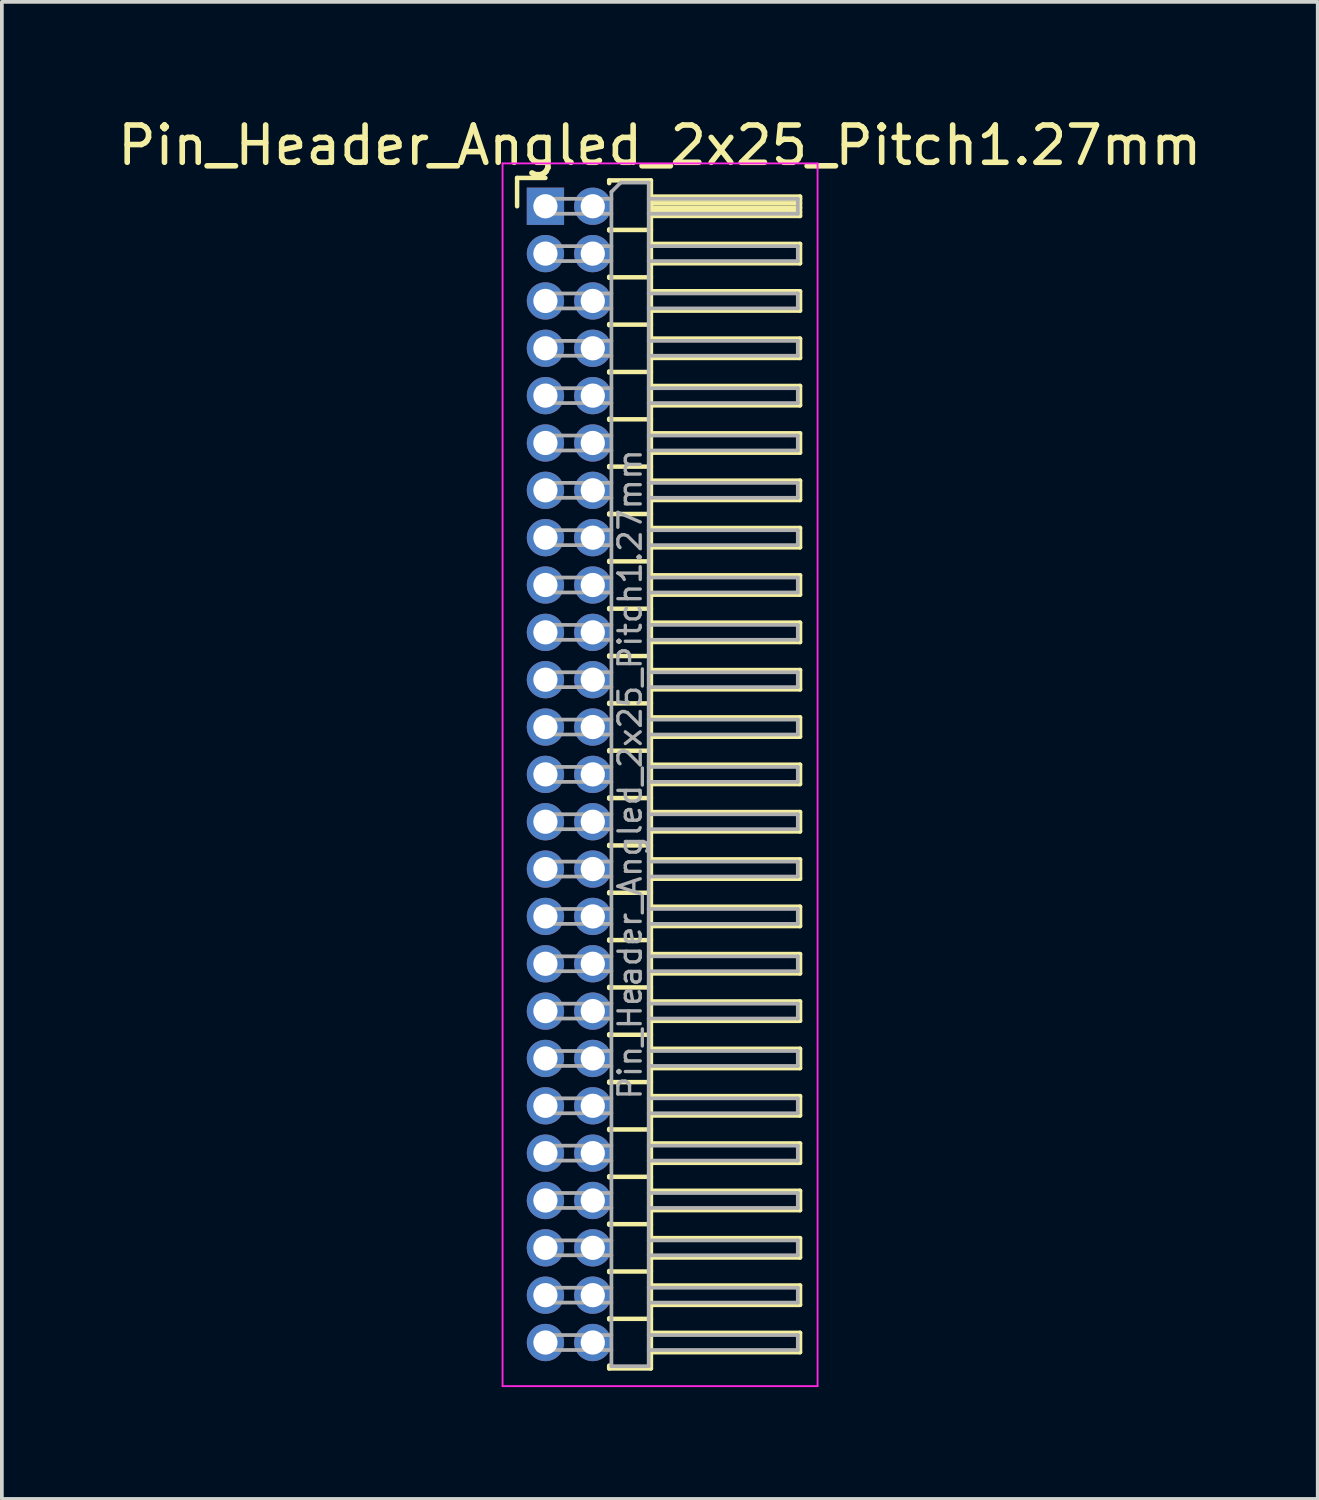
<source format=kicad_pcb>
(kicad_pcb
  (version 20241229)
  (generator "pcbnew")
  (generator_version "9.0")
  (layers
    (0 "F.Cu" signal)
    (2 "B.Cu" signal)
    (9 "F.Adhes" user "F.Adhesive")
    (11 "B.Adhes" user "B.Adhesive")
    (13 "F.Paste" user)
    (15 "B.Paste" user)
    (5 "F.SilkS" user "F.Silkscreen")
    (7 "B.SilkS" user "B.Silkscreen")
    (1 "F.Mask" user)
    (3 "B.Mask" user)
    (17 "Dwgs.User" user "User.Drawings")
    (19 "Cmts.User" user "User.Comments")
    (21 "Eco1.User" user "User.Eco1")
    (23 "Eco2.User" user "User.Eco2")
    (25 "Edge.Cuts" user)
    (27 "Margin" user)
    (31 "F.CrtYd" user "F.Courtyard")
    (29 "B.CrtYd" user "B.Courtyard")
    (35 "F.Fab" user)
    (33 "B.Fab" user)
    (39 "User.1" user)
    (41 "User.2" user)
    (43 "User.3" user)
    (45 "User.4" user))
  (footprint "Pin_Header_Angled_2x25_Pitch1.27mm"
    (layer "F.Cu")
    (at 11.581 2.483)
    (property "Reference" "Pin_Header_Angled_2x25_Pitch1.27mm" (at 3.067 -1.635 0) (layer "F.SilkS") (effects (font (size 1 1) (thickness 0.15))))
    (attr through_hole)
    (fp_line (start -0.76 -0.76) (end 0 -0.76) (stroke (width 0.12) (type solid)) (layer "F.SilkS"))
    (fp_line (start -0.76 0) (end -0.76 -0.76) (stroke (width 0.12) (type solid)) (layer "F.SilkS"))
    (fp_line (start 1.71 -0.695) (end 2.83 -0.695) (stroke (width 0.12) (type solid)) (layer "F.SilkS"))
    (fp_line (start 1.71 -0.62) (end 1.71 -0.695) (stroke (width 0.12) (type solid)) (layer "F.SilkS"))
    (fp_line (start 1.71 0.62) (end 1.71 0.65) (stroke (width 0.12) (type solid)) (layer "F.SilkS"))
    (fp_line (start 1.71 0.635) (end 2.83 0.635) (stroke (width 0.12) (type solid)) (layer "F.SilkS"))
    (fp_line (start 1.71 1.89) (end 1.71 1.92) (stroke (width 0.12) (type solid)) (layer "F.SilkS"))
    (fp_line (start 1.71 1.905) (end 2.83 1.905) (stroke (width 0.12) (type solid)) (layer "F.SilkS"))
    (fp_line (start 1.71 3.16) (end 1.71 3.19) (stroke (width 0.12) (type solid)) (layer "F.SilkS"))
    (fp_line (start 1.71 3.175) (end 2.83 3.175) (stroke (width 0.12) (type solid)) (layer "F.SilkS"))
    (fp_line (start 1.71 4.43) (end 1.71 4.46) (stroke (width 0.12) (type solid)) (layer "F.SilkS"))
    (fp_line (start 1.71 4.445) (end 2.83 4.445) (stroke (width 0.12) (type solid)) (layer "F.SilkS"))
    (fp_line (start 1.71 5.7) (end 1.71 5.73) (stroke (width 0.12) (type solid)) (layer "F.SilkS"))
    (fp_line (start 1.71 5.715) (end 2.83 5.715) (stroke (width 0.12) (type solid)) (layer "F.SilkS"))
    (fp_line (start 1.71 6.97) (end 1.71 7) (stroke (width 0.12) (type solid)) (layer "F.SilkS"))
    (fp_line (start 1.71 6.985) (end 2.83 6.985) (stroke (width 0.12) (type solid)) (layer "F.SilkS"))
    (fp_line (start 1.71 8.24) (end 1.71 8.27) (stroke (width 0.12) (type solid)) (layer "F.SilkS"))
    (fp_line (start 1.71 8.255) (end 2.83 8.255) (stroke (width 0.12) (type solid)) (layer "F.SilkS"))
    (fp_line (start 1.71 9.51) (end 1.71 9.54) (stroke (width 0.12) (type solid)) (layer "F.SilkS"))
    (fp_line (start 1.71 9.525) (end 2.83 9.525) (stroke (width 0.12) (type solid)) (layer "F.SilkS"))
    (fp_line (start 1.71 10.78) (end 1.71 10.81) (stroke (width 0.12) (type solid)) (layer "F.SilkS"))
    (fp_line (start 1.71 10.795) (end 2.83 10.795) (stroke (width 0.12) (type solid)) (layer "F.SilkS"))
    (fp_line (start 1.71 12.05) (end 1.71 12.08) (stroke (width 0.12) (type solid)) (layer "F.SilkS"))
    (fp_line (start 1.71 12.065) (end 2.83 12.065) (stroke (width 0.12) (type solid)) (layer "F.SilkS"))
    (fp_line (start 1.71 13.32) (end 1.71 13.35) (stroke (width 0.12) (type solid)) (layer "F.SilkS"))
    (fp_line (start 1.71 13.335) (end 2.83 13.335) (stroke (width 0.12) (type solid)) (layer "F.SilkS"))
    (fp_line (start 1.71 14.59) (end 1.71 14.62) (stroke (width 0.12) (type solid)) (layer "F.SilkS"))
    (fp_line (start 1.71 14.605) (end 2.83 14.605) (stroke (width 0.12) (type solid)) (layer "F.SilkS"))
    (fp_line (start 1.71 15.86) (end 1.71 15.89) (stroke (width 0.12) (type solid)) (layer "F.SilkS"))
    (fp_line (start 1.71 15.875) (end 2.83 15.875) (stroke (width 0.12) (type solid)) (layer "F.SilkS"))
    (fp_line (start 1.71 17.13) (end 1.71 17.16) (stroke (width 0.12) (type solid)) (layer "F.SilkS"))
    (fp_line (start 1.71 17.145) (end 2.83 17.145) (stroke (width 0.12) (type solid)) (layer "F.SilkS"))
    (fp_line (start 1.71 18.4) (end 1.71 18.43) (stroke (width 0.12) (type solid)) (layer "F.SilkS"))
    (fp_line (start 1.71 18.415) (end 2.83 18.415) (stroke (width 0.12) (type solid)) (layer "F.SilkS"))
    (fp_line (start 1.71 19.67) (end 1.71 19.7) (stroke (width 0.12) (type solid)) (layer "F.SilkS"))
    (fp_line (start 1.71 19.685) (end 2.83 19.685) (stroke (width 0.12) (type solid)) (layer "F.SilkS"))
    (fp_line (start 1.71 20.94) (end 1.71 20.97) (stroke (width 0.12) (type solid)) (layer "F.SilkS"))
    (fp_line (start 1.71 20.955) (end 2.83 20.955) (stroke (width 0.12) (type solid)) (layer "F.SilkS"))
    (fp_line (start 1.71 22.21) (end 1.71 22.24) (stroke (width 0.12) (type solid)) (layer "F.SilkS"))
    (fp_line (start 1.71 22.225) (end 2.83 22.225) (stroke (width 0.12) (type solid)) (layer "F.SilkS"))
    (fp_line (start 1.71 23.48) (end 1.71 23.51) (stroke (width 0.12) (type solid)) (layer "F.SilkS"))
    (fp_line (start 1.71 23.495) (end 2.83 23.495) (stroke (width 0.12) (type solid)) (layer "F.SilkS"))
    (fp_line (start 1.71 24.75) (end 1.71 24.78) (stroke (width 0.12) (type solid)) (layer "F.SilkS"))
    (fp_line (start 1.71 24.765) (end 2.83 24.765) (stroke (width 0.12) (type solid)) (layer "F.SilkS"))
    (fp_line (start 1.71 26.02) (end 1.71 26.05) (stroke (width 0.12) (type solid)) (layer "F.SilkS"))
    (fp_line (start 1.71 26.035) (end 2.83 26.035) (stroke (width 0.12) (type solid)) (layer "F.SilkS"))
    (fp_line (start 1.71 27.29) (end 1.71 27.32) (stroke (width 0.12) (type solid)) (layer "F.SilkS"))
    (fp_line (start 1.71 27.305) (end 2.83 27.305) (stroke (width 0.12) (type solid)) (layer "F.SilkS"))
    (fp_line (start 1.71 28.56) (end 1.71 28.59) (stroke (width 0.12) (type solid)) (layer "F.SilkS"))
    (fp_line (start 1.71 28.575) (end 2.83 28.575) (stroke (width 0.12) (type solid)) (layer "F.SilkS"))
    (fp_line (start 1.71 29.83) (end 1.71 29.86) (stroke (width 0.12) (type solid)) (layer "F.SilkS"))
    (fp_line (start 1.71 29.845) (end 2.83 29.845) (stroke (width 0.12) (type solid)) (layer "F.SilkS"))
    (fp_line (start 1.71 31.175) (end 1.71 31.1) (stroke (width 0.12) (type solid)) (layer "F.SilkS"))
    (fp_line (start 2.83 -0.695) (end 2.83 31.175) (stroke (width 0.12) (type solid)) (layer "F.SilkS"))
    (fp_line (start 2.83 -0.26) (end 6.83 -0.26) (stroke (width 0.12) (type solid)) (layer "F.SilkS"))
    (fp_line (start 2.83 -0.2) (end 6.83 -0.2) (stroke (width 0.12) (type solid)) (layer "F.SilkS"))
    (fp_line (start 2.83 -0.08) (end 6.83 -0.08) (stroke (width 0.12) (type solid)) (layer "F.SilkS"))
    (fp_line (start 2.83 0.04) (end 6.83 0.04) (stroke (width 0.12) (type solid)) (layer "F.SilkS"))
    (fp_line (start 2.83 0.16) (end 6.83 0.16) (stroke (width 0.12) (type solid)) (layer "F.SilkS"))
    (fp_line (start 2.83 1.01) (end 6.83 1.01) (stroke (width 0.12) (type solid)) (layer "F.SilkS"))
    (fp_line (start 2.83 2.28) (end 6.83 2.28) (stroke (width 0.12) (type solid)) (layer "F.SilkS"))
    (fp_line (start 2.83 3.55) (end 6.83 3.55) (stroke (width 0.12) (type solid)) (layer "F.SilkS"))
    (fp_line (start 2.83 4.82) (end 6.83 4.82) (stroke (width 0.12) (type solid)) (layer "F.SilkS"))
    (fp_line (start 2.83 6.09) (end 6.83 6.09) (stroke (width 0.12) (type solid)) (layer "F.SilkS"))
    (fp_line (start 2.83 7.36) (end 6.83 7.36) (stroke (width 0.12) (type solid)) (layer "F.SilkS"))
    (fp_line (start 2.83 8.63) (end 6.83 8.63) (stroke (width 0.12) (type solid)) (layer "F.SilkS"))
    (fp_line (start 2.83 9.9) (end 6.83 9.9) (stroke (width 0.12) (type solid)) (layer "F.SilkS"))
    (fp_line (start 2.83 11.17) (end 6.83 11.17) (stroke (width 0.12) (type solid)) (layer "F.SilkS"))
    (fp_line (start 2.83 12.44) (end 6.83 12.44) (stroke (width 0.12) (type solid)) (layer "F.SilkS"))
    (fp_line (start 2.83 13.71) (end 6.83 13.71) (stroke (width 0.12) (type solid)) (layer "F.SilkS"))
    (fp_line (start 2.83 14.98) (end 6.83 14.98) (stroke (width 0.12) (type solid)) (layer "F.SilkS"))
    (fp_line (start 2.83 16.25) (end 6.83 16.25) (stroke (width 0.12) (type solid)) (layer "F.SilkS"))
    (fp_line (start 2.83 17.52) (end 6.83 17.52) (stroke (width 0.12) (type solid)) (layer "F.SilkS"))
    (fp_line (start 2.83 18.79) (end 6.83 18.79) (stroke (width 0.12) (type solid)) (layer "F.SilkS"))
    (fp_line (start 2.83 20.06) (end 6.83 20.06) (stroke (width 0.12) (type solid)) (layer "F.SilkS"))
    (fp_line (start 2.83 21.33) (end 6.83 21.33) (stroke (width 0.12) (type solid)) (layer "F.SilkS"))
    (fp_line (start 2.83 22.6) (end 6.83 22.6) (stroke (width 0.12) (type solid)) (layer "F.SilkS"))
    (fp_line (start 2.83 23.87) (end 6.83 23.87) (stroke (width 0.12) (type solid)) (layer "F.SilkS"))
    (fp_line (start 2.83 25.14) (end 6.83 25.14) (stroke (width 0.12) (type solid)) (layer "F.SilkS"))
    (fp_line (start 2.83 26.41) (end 6.83 26.41) (stroke (width 0.12) (type solid)) (layer "F.SilkS"))
    (fp_line (start 2.83 27.68) (end 6.83 27.68) (stroke (width 0.12) (type solid)) (layer "F.SilkS"))
    (fp_line (start 2.83 28.95) (end 6.83 28.95) (stroke (width 0.12) (type solid)) (layer "F.SilkS"))
    (fp_line (start 2.83 30.22) (end 6.83 30.22) (stroke (width 0.12) (type solid)) (layer "F.SilkS"))
    (fp_line (start 2.83 31.175) (end 1.71 31.175) (stroke (width 0.12) (type solid)) (layer "F.SilkS"))
    (fp_line (start 6.83 -0.26) (end 6.83 0.26) (stroke (width 0.12) (type solid)) (layer "F.SilkS"))
    (fp_line (start 6.83 0.26) (end 2.83 0.26) (stroke (width 0.12) (type solid)) (layer "F.SilkS"))
    (fp_line (start 6.83 1.01) (end 6.83 1.53) (stroke (width 0.12) (type solid)) (layer "F.SilkS"))
    (fp_line (start 6.83 1.53) (end 2.83 1.53) (stroke (width 0.12) (type solid)) (layer "F.SilkS"))
    (fp_line (start 6.83 2.28) (end 6.83 2.8) (stroke (width 0.12) (type solid)) (layer "F.SilkS"))
    (fp_line (start 6.83 2.8) (end 2.83 2.8) (stroke (width 0.12) (type solid)) (layer "F.SilkS"))
    (fp_line (start 6.83 3.55) (end 6.83 4.07) (stroke (width 0.12) (type solid)) (layer "F.SilkS"))
    (fp_line (start 6.83 4.07) (end 2.83 4.07) (stroke (width 0.12) (type solid)) (layer "F.SilkS"))
    (fp_line (start 6.83 4.82) (end 6.83 5.34) (stroke (width 0.12) (type solid)) (layer "F.SilkS"))
    (fp_line (start 6.83 5.34) (end 2.83 5.34) (stroke (width 0.12) (type solid)) (layer "F.SilkS"))
    (fp_line (start 6.83 6.09) (end 6.83 6.61) (stroke (width 0.12) (type solid)) (layer "F.SilkS"))
    (fp_line (start 6.83 6.61) (end 2.83 6.61) (stroke (width 0.12) (type solid)) (layer "F.SilkS"))
    (fp_line (start 6.83 7.36) (end 6.83 7.88) (stroke (width 0.12) (type solid)) (layer "F.SilkS"))
    (fp_line (start 6.83 7.88) (end 2.83 7.88) (stroke (width 0.12) (type solid)) (layer "F.SilkS"))
    (fp_line (start 6.83 8.63) (end 6.83 9.15) (stroke (width 0.12) (type solid)) (layer "F.SilkS"))
    (fp_line (start 6.83 9.15) (end 2.83 9.15) (stroke (width 0.12) (type solid)) (layer "F.SilkS"))
    (fp_line (start 6.83 9.9) (end 6.83 10.42) (stroke (width 0.12) (type solid)) (layer "F.SilkS"))
    (fp_line (start 6.83 10.42) (end 2.83 10.42) (stroke (width 0.12) (type solid)) (layer "F.SilkS"))
    (fp_line (start 6.83 11.17) (end 6.83 11.69) (stroke (width 0.12) (type solid)) (layer "F.SilkS"))
    (fp_line (start 6.83 11.69) (end 2.83 11.69) (stroke (width 0.12) (type solid)) (layer "F.SilkS"))
    (fp_line (start 6.83 12.44) (end 6.83 12.96) (stroke (width 0.12) (type solid)) (layer "F.SilkS"))
    (fp_line (start 6.83 12.96) (end 2.83 12.96) (stroke (width 0.12) (type solid)) (layer "F.SilkS"))
    (fp_line (start 6.83 13.71) (end 6.83 14.23) (stroke (width 0.12) (type solid)) (layer "F.SilkS"))
    (fp_line (start 6.83 14.23) (end 2.83 14.23) (stroke (width 0.12) (type solid)) (layer "F.SilkS"))
    (fp_line (start 6.83 14.98) (end 6.83 15.5) (stroke (width 0.12) (type solid)) (layer "F.SilkS"))
    (fp_line (start 6.83 15.5) (end 2.83 15.5) (stroke (width 0.12) (type solid)) (layer "F.SilkS"))
    (fp_line (start 6.83 16.25) (end 6.83 16.77) (stroke (width 0.12) (type solid)) (layer "F.SilkS"))
    (fp_line (start 6.83 16.77) (end 2.83 16.77) (stroke (width 0.12) (type solid)) (layer "F.SilkS"))
    (fp_line (start 6.83 17.52) (end 6.83 18.04) (stroke (width 0.12) (type solid)) (layer "F.SilkS"))
    (fp_line (start 6.83 18.04) (end 2.83 18.04) (stroke (width 0.12) (type solid)) (layer "F.SilkS"))
    (fp_line (start 6.83 18.79) (end 6.83 19.31) (stroke (width 0.12) (type solid)) (layer "F.SilkS"))
    (fp_line (start 6.83 19.31) (end 2.83 19.31) (stroke (width 0.12) (type solid)) (layer "F.SilkS"))
    (fp_line (start 6.83 20.06) (end 6.83 20.58) (stroke (width 0.12) (type solid)) (layer "F.SilkS"))
    (fp_line (start 6.83 20.58) (end 2.83 20.58) (stroke (width 0.12) (type solid)) (layer "F.SilkS"))
    (fp_line (start 6.83 21.33) (end 6.83 21.85) (stroke (width 0.12) (type solid)) (layer "F.SilkS"))
    (fp_line (start 6.83 21.85) (end 2.83 21.85) (stroke (width 0.12) (type solid)) (layer "F.SilkS"))
    (fp_line (start 6.83 22.6) (end 6.83 23.12) (stroke (width 0.12) (type solid)) (layer "F.SilkS"))
    (fp_line (start 6.83 23.12) (end 2.83 23.12) (stroke (width 0.12) (type solid)) (layer "F.SilkS"))
    (fp_line (start 6.83 23.87) (end 6.83 24.39) (stroke (width 0.12) (type solid)) (layer "F.SilkS"))
    (fp_line (start 6.83 24.39) (end 2.83 24.39) (stroke (width 0.12) (type solid)) (layer "F.SilkS"))
    (fp_line (start 6.83 25.14) (end 6.83 25.66) (stroke (width 0.12) (type solid)) (layer "F.SilkS"))
    (fp_line (start 6.83 25.66) (end 2.83 25.66) (stroke (width 0.12) (type solid)) (layer "F.SilkS"))
    (fp_line (start 6.83 26.41) (end 6.83 26.93) (stroke (width 0.12) (type solid)) (layer "F.SilkS"))
    (fp_line (start 6.83 26.93) (end 2.83 26.93) (stroke (width 0.12) (type solid)) (layer "F.SilkS"))
    (fp_line (start 6.83 27.68) (end 6.83 28.2) (stroke (width 0.12) (type solid)) (layer "F.SilkS"))
    (fp_line (start 6.83 28.2) (end 2.83 28.2) (stroke (width 0.12) (type solid)) (layer "F.SilkS"))
    (fp_line (start 6.83 28.95) (end 6.83 29.47) (stroke (width 0.12) (type solid)) (layer "F.SilkS"))
    (fp_line (start 6.83 29.47) (end 2.83 29.47) (stroke (width 0.12) (type solid)) (layer "F.SilkS"))
    (fp_line (start 6.83 30.22) (end 6.83 30.74) (stroke (width 0.12) (type solid)) (layer "F.SilkS"))
    (fp_line (start 6.83 30.74) (end 2.83 30.74) (stroke (width 0.12) (type solid)) (layer "F.SilkS"))
    (fp_line (start -1.15 -1.15) (end -1.15 31.65) (stroke (width 0.05) (type solid)) (layer "F.CrtYd"))
    (fp_line (start -1.15 31.65) (end 7.3 31.65) (stroke (width 0.05) (type solid)) (layer "F.CrtYd"))
    (fp_line (start 7.3 -1.15) (end -1.15 -1.15) (stroke (width 0.05) (type solid)) (layer "F.CrtYd"))
    (fp_line (start 7.3 31.65) (end 7.3 -1.15) (stroke (width 0.05) (type solid)) (layer "F.CrtYd"))
    (fp_line (start -0.2 -0.2) (end -0.2 0.2) (stroke (width 0.1) (type solid)) (layer "F.Fab"))
    (fp_line (start -0.2 -0.2) (end 1.77 -0.2) (stroke (width 0.1) (type solid)) (layer "F.Fab"))
    (fp_line (start -0.2 0.2) (end 1.77 0.2) (stroke (width 0.1) (type solid)) (layer "F.Fab"))
    (fp_line (start -0.2 1.07) (end -0.2 1.47) (stroke (width 0.1) (type solid)) (layer "F.Fab"))
    (fp_line (start -0.2 1.07) (end 1.77 1.07) (stroke (width 0.1) (type solid)) (layer "F.Fab"))
    (fp_line (start -0.2 1.47) (end 1.77 1.47) (stroke (width 0.1) (type solid)) (layer "F.Fab"))
    (fp_line (start -0.2 2.34) (end -0.2 2.74) (stroke (width 0.1) (type solid)) (layer "F.Fab"))
    (fp_line (start -0.2 2.34) (end 1.77 2.34) (stroke (width 0.1) (type solid)) (layer "F.Fab"))
    (fp_line (start -0.2 2.74) (end 1.77 2.74) (stroke (width 0.1) (type solid)) (layer "F.Fab"))
    (fp_line (start -0.2 3.61) (end -0.2 4.01) (stroke (width 0.1) (type solid)) (layer "F.Fab"))
    (fp_line (start -0.2 3.61) (end 1.77 3.61) (stroke (width 0.1) (type solid)) (layer "F.Fab"))
    (fp_line (start -0.2 4.01) (end 1.77 4.01) (stroke (width 0.1) (type solid)) (layer "F.Fab"))
    (fp_line (start -0.2 4.88) (end -0.2 5.28) (stroke (width 0.1) (type solid)) (layer "F.Fab"))
    (fp_line (start -0.2 4.88) (end 1.77 4.88) (stroke (width 0.1) (type solid)) (layer "F.Fab"))
    (fp_line (start -0.2 5.28) (end 1.77 5.28) (stroke (width 0.1) (type solid)) (layer "F.Fab"))
    (fp_line (start -0.2 6.15) (end -0.2 6.55) (stroke (width 0.1) (type solid)) (layer "F.Fab"))
    (fp_line (start -0.2 6.15) (end 1.77 6.15) (stroke (width 0.1) (type solid)) (layer "F.Fab"))
    (fp_line (start -0.2 6.55) (end 1.77 6.55) (stroke (width 0.1) (type solid)) (layer "F.Fab"))
    (fp_line (start -0.2 7.42) (end -0.2 7.82) (stroke (width 0.1) (type solid)) (layer "F.Fab"))
    (fp_line (start -0.2 7.42) (end 1.77 7.42) (stroke (width 0.1) (type solid)) (layer "F.Fab"))
    (fp_line (start -0.2 7.82) (end 1.77 7.82) (stroke (width 0.1) (type solid)) (layer "F.Fab"))
    (fp_line (start -0.2 8.69) (end -0.2 9.09) (stroke (width 0.1) (type solid)) (layer "F.Fab"))
    (fp_line (start -0.2 8.69) (end 1.77 8.69) (stroke (width 0.1) (type solid)) (layer "F.Fab"))
    (fp_line (start -0.2 9.09) (end 1.77 9.09) (stroke (width 0.1) (type solid)) (layer "F.Fab"))
    (fp_line (start -0.2 9.96) (end -0.2 10.36) (stroke (width 0.1) (type solid)) (layer "F.Fab"))
    (fp_line (start -0.2 9.96) (end 1.77 9.96) (stroke (width 0.1) (type solid)) (layer "F.Fab"))
    (fp_line (start -0.2 10.36) (end 1.77 10.36) (stroke (width 0.1) (type solid)) (layer "F.Fab"))
    (fp_line (start -0.2 11.23) (end -0.2 11.63) (stroke (width 0.1) (type solid)) (layer "F.Fab"))
    (fp_line (start -0.2 11.23) (end 1.77 11.23) (stroke (width 0.1) (type solid)) (layer "F.Fab"))
    (fp_line (start -0.2 11.63) (end 1.77 11.63) (stroke (width 0.1) (type solid)) (layer "F.Fab"))
    (fp_line (start -0.2 12.5) (end -0.2 12.9) (stroke (width 0.1) (type solid)) (layer "F.Fab"))
    (fp_line (start -0.2 12.5) (end 1.77 12.5) (stroke (width 0.1) (type solid)) (layer "F.Fab"))
    (fp_line (start -0.2 12.9) (end 1.77 12.9) (stroke (width 0.1) (type solid)) (layer "F.Fab"))
    (fp_line (start -0.2 13.77) (end -0.2 14.17) (stroke (width 0.1) (type solid)) (layer "F.Fab"))
    (fp_line (start -0.2 13.77) (end 1.77 13.77) (stroke (width 0.1) (type solid)) (layer "F.Fab"))
    (fp_line (start -0.2 14.17) (end 1.77 14.17) (stroke (width 0.1) (type solid)) (layer "F.Fab"))
    (fp_line (start -0.2 15.04) (end -0.2 15.44) (stroke (width 0.1) (type solid)) (layer "F.Fab"))
    (fp_line (start -0.2 15.04) (end 1.77 15.04) (stroke (width 0.1) (type solid)) (layer "F.Fab"))
    (fp_line (start -0.2 15.44) (end 1.77 15.44) (stroke (width 0.1) (type solid)) (layer "F.Fab"))
    (fp_line (start -0.2 16.31) (end -0.2 16.71) (stroke (width 0.1) (type solid)) (layer "F.Fab"))
    (fp_line (start -0.2 16.31) (end 1.77 16.31) (stroke (width 0.1) (type solid)) (layer "F.Fab"))
    (fp_line (start -0.2 16.71) (end 1.77 16.71) (stroke (width 0.1) (type solid)) (layer "F.Fab"))
    (fp_line (start -0.2 17.58) (end -0.2 17.98) (stroke (width 0.1) (type solid)) (layer "F.Fab"))
    (fp_line (start -0.2 17.58) (end 1.77 17.58) (stroke (width 0.1) (type solid)) (layer "F.Fab"))
    (fp_line (start -0.2 17.98) (end 1.77 17.98) (stroke (width 0.1) (type solid)) (layer "F.Fab"))
    (fp_line (start -0.2 18.85) (end -0.2 19.25) (stroke (width 0.1) (type solid)) (layer "F.Fab"))
    (fp_line (start -0.2 18.85) (end 1.77 18.85) (stroke (width 0.1) (type solid)) (layer "F.Fab"))
    (fp_line (start -0.2 19.25) (end 1.77 19.25) (stroke (width 0.1) (type solid)) (layer "F.Fab"))
    (fp_line (start -0.2 20.12) (end -0.2 20.52) (stroke (width 0.1) (type solid)) (layer "F.Fab"))
    (fp_line (start -0.2 20.12) (end 1.77 20.12) (stroke (width 0.1) (type solid)) (layer "F.Fab"))
    (fp_line (start -0.2 20.52) (end 1.77 20.52) (stroke (width 0.1) (type solid)) (layer "F.Fab"))
    (fp_line (start -0.2 21.39) (end -0.2 21.79) (stroke (width 0.1) (type solid)) (layer "F.Fab"))
    (fp_line (start -0.2 21.39) (end 1.77 21.39) (stroke (width 0.1) (type solid)) (layer "F.Fab"))
    (fp_line (start -0.2 21.79) (end 1.77 21.79) (stroke (width 0.1) (type solid)) (layer "F.Fab"))
    (fp_line (start -0.2 22.66) (end -0.2 23.06) (stroke (width 0.1) (type solid)) (layer "F.Fab"))
    (fp_line (start -0.2 22.66) (end 1.77 22.66) (stroke (width 0.1) (type solid)) (layer "F.Fab"))
    (fp_line (start -0.2 23.06) (end 1.77 23.06) (stroke (width 0.1) (type solid)) (layer "F.Fab"))
    (fp_line (start -0.2 23.93) (end -0.2 24.33) (stroke (width 0.1) (type solid)) (layer "F.Fab"))
    (fp_line (start -0.2 23.93) (end 1.77 23.93) (stroke (width 0.1) (type solid)) (layer "F.Fab"))
    (fp_line (start -0.2 24.33) (end 1.77 24.33) (stroke (width 0.1) (type solid)) (layer "F.Fab"))
    (fp_line (start -0.2 25.2) (end -0.2 25.6) (stroke (width 0.1) (type solid)) (layer "F.Fab"))
    (fp_line (start -0.2 25.2) (end 1.77 25.2) (stroke (width 0.1) (type solid)) (layer "F.Fab"))
    (fp_line (start -0.2 25.6) (end 1.77 25.6) (stroke (width 0.1) (type solid)) (layer "F.Fab"))
    (fp_line (start -0.2 26.47) (end -0.2 26.87) (stroke (width 0.1) (type solid)) (layer "F.Fab"))
    (fp_line (start -0.2 26.47) (end 1.77 26.47) (stroke (width 0.1) (type solid)) (layer "F.Fab"))
    (fp_line (start -0.2 26.87) (end 1.77 26.87) (stroke (width 0.1) (type solid)) (layer "F.Fab"))
    (fp_line (start -0.2 27.74) (end -0.2 28.14) (stroke (width 0.1) (type solid)) (layer "F.Fab"))
    (fp_line (start -0.2 27.74) (end 1.77 27.74) (stroke (width 0.1) (type solid)) (layer "F.Fab"))
    (fp_line (start -0.2 28.14) (end 1.77 28.14) (stroke (width 0.1) (type solid)) (layer "F.Fab"))
    (fp_line (start -0.2 29.01) (end -0.2 29.41) (stroke (width 0.1) (type solid)) (layer "F.Fab"))
    (fp_line (start -0.2 29.01) (end 1.77 29.01) (stroke (width 0.1) (type solid)) (layer "F.Fab"))
    (fp_line (start -0.2 29.41) (end 1.77 29.41) (stroke (width 0.1) (type solid)) (layer "F.Fab"))
    (fp_line (start -0.2 30.28) (end -0.2 30.68) (stroke (width 0.1) (type solid)) (layer "F.Fab"))
    (fp_line (start -0.2 30.28) (end 1.77 30.28) (stroke (width 0.1) (type solid)) (layer "F.Fab"))
    (fp_line (start -0.2 30.68) (end 1.77 30.68) (stroke (width 0.1) (type solid)) (layer "F.Fab"))
    (fp_line (start 1.77 -0.385) (end 2.02 -0.635) (stroke (width 0.1) (type solid)) (layer "F.Fab"))
    (fp_line (start 1.77 31.115) (end 1.77 -0.385) (stroke (width 0.1) (type solid)) (layer "F.Fab"))
    (fp_line (start 2.02 -0.635) (end 2.77 -0.635) (stroke (width 0.1) (type solid)) (layer "F.Fab"))
    (fp_line (start 2.77 -0.635) (end 2.77 31.115) (stroke (width 0.1) (type solid)) (layer "F.Fab"))
    (fp_line (start 2.77 -0.2) (end 6.77 -0.2) (stroke (width 0.1) (type solid)) (layer "F.Fab"))
    (fp_line (start 2.77 0.2) (end 6.77 0.2) (stroke (width 0.1) (type solid)) (layer "F.Fab"))
    (fp_line (start 2.77 1.07) (end 6.77 1.07) (stroke (width 0.1) (type solid)) (layer "F.Fab"))
    (fp_line (start 2.77 1.47) (end 6.77 1.47) (stroke (width 0.1) (type solid)) (layer "F.Fab"))
    (fp_line (start 2.77 2.34) (end 6.77 2.34) (stroke (width 0.1) (type solid)) (layer "F.Fab"))
    (fp_line (start 2.77 2.74) (end 6.77 2.74) (stroke (width 0.1) (type solid)) (layer "F.Fab"))
    (fp_line (start 2.77 3.61) (end 6.77 3.61) (stroke (width 0.1) (type solid)) (layer "F.Fab"))
    (fp_line (start 2.77 4.01) (end 6.77 4.01) (stroke (width 0.1) (type solid)) (layer "F.Fab"))
    (fp_line (start 2.77 4.88) (end 6.77 4.88) (stroke (width 0.1) (type solid)) (layer "F.Fab"))
    (fp_line (start 2.77 5.28) (end 6.77 5.28) (stroke (width 0.1) (type solid)) (layer "F.Fab"))
    (fp_line (start 2.77 6.15) (end 6.77 6.15) (stroke (width 0.1) (type solid)) (layer "F.Fab"))
    (fp_line (start 2.77 6.55) (end 6.77 6.55) (stroke (width 0.1) (type solid)) (layer "F.Fab"))
    (fp_line (start 2.77 7.42) (end 6.77 7.42) (stroke (width 0.1) (type solid)) (layer "F.Fab"))
    (fp_line (start 2.77 7.82) (end 6.77 7.82) (stroke (width 0.1) (type solid)) (layer "F.Fab"))
    (fp_line (start 2.77 8.69) (end 6.77 8.69) (stroke (width 0.1) (type solid)) (layer "F.Fab"))
    (fp_line (start 2.77 9.09) (end 6.77 9.09) (stroke (width 0.1) (type solid)) (layer "F.Fab"))
    (fp_line (start 2.77 9.96) (end 6.77 9.96) (stroke (width 0.1) (type solid)) (layer "F.Fab"))
    (fp_line (start 2.77 10.36) (end 6.77 10.36) (stroke (width 0.1) (type solid)) (layer "F.Fab"))
    (fp_line (start 2.77 11.23) (end 6.77 11.23) (stroke (width 0.1) (type solid)) (layer "F.Fab"))
    (fp_line (start 2.77 11.63) (end 6.77 11.63) (stroke (width 0.1) (type solid)) (layer "F.Fab"))
    (fp_line (start 2.77 12.5) (end 6.77 12.5) (stroke (width 0.1) (type solid)) (layer "F.Fab"))
    (fp_line (start 2.77 12.9) (end 6.77 12.9) (stroke (width 0.1) (type solid)) (layer "F.Fab"))
    (fp_line (start 2.77 13.77) (end 6.77 13.77) (stroke (width 0.1) (type solid)) (layer "F.Fab"))
    (fp_line (start 2.77 14.17) (end 6.77 14.17) (stroke (width 0.1) (type solid)) (layer "F.Fab"))
    (fp_line (start 2.77 15.04) (end 6.77 15.04) (stroke (width 0.1) (type solid)) (layer "F.Fab"))
    (fp_line (start 2.77 15.44) (end 6.77 15.44) (stroke (width 0.1) (type solid)) (layer "F.Fab"))
    (fp_line (start 2.77 16.31) (end 6.77 16.31) (stroke (width 0.1) (type solid)) (layer "F.Fab"))
    (fp_line (start 2.77 16.71) (end 6.77 16.71) (stroke (width 0.1) (type solid)) (layer "F.Fab"))
    (fp_line (start 2.77 17.58) (end 6.77 17.58) (stroke (width 0.1) (type solid)) (layer "F.Fab"))
    (fp_line (start 2.77 17.98) (end 6.77 17.98) (stroke (width 0.1) (type solid)) (layer "F.Fab"))
    (fp_line (start 2.77 18.85) (end 6.77 18.85) (stroke (width 0.1) (type solid)) (layer "F.Fab"))
    (fp_line (start 2.77 19.25) (end 6.77 19.25) (stroke (width 0.1) (type solid)) (layer "F.Fab"))
    (fp_line (start 2.77 20.12) (end 6.77 20.12) (stroke (width 0.1) (type solid)) (layer "F.Fab"))
    (fp_line (start 2.77 20.52) (end 6.77 20.52) (stroke (width 0.1) (type solid)) (layer "F.Fab"))
    (fp_line (start 2.77 21.39) (end 6.77 21.39) (stroke (width 0.1) (type solid)) (layer "F.Fab"))
    (fp_line (start 2.77 21.79) (end 6.77 21.79) (stroke (width 0.1) (type solid)) (layer "F.Fab"))
    (fp_line (start 2.77 22.66) (end 6.77 22.66) (stroke (width 0.1) (type solid)) (layer "F.Fab"))
    (fp_line (start 2.77 23.06) (end 6.77 23.06) (stroke (width 0.1) (type solid)) (layer "F.Fab"))
    (fp_line (start 2.77 23.93) (end 6.77 23.93) (stroke (width 0.1) (type solid)) (layer "F.Fab"))
    (fp_line (start 2.77 24.33) (end 6.77 24.33) (stroke (width 0.1) (type solid)) (layer "F.Fab"))
    (fp_line (start 2.77 25.2) (end 6.77 25.2) (stroke (width 0.1) (type solid)) (layer "F.Fab"))
    (fp_line (start 2.77 25.6) (end 6.77 25.6) (stroke (width 0.1) (type solid)) (layer "F.Fab"))
    (fp_line (start 2.77 26.47) (end 6.77 26.47) (stroke (width 0.1) (type solid)) (layer "F.Fab"))
    (fp_line (start 2.77 26.87) (end 6.77 26.87) (stroke (width 0.1) (type solid)) (layer "F.Fab"))
    (fp_line (start 2.77 27.74) (end 6.77 27.74) (stroke (width 0.1) (type solid)) (layer "F.Fab"))
    (fp_line (start 2.77 28.14) (end 6.77 28.14) (stroke (width 0.1) (type solid)) (layer "F.Fab"))
    (fp_line (start 2.77 29.01) (end 6.77 29.01) (stroke (width 0.1) (type solid)) (layer "F.Fab"))
    (fp_line (start 2.77 29.41) (end 6.77 29.41) (stroke (width 0.1) (type solid)) (layer "F.Fab"))
    (fp_line (start 2.77 30.28) (end 6.77 30.28) (stroke (width 0.1) (type solid)) (layer "F.Fab"))
    (fp_line (start 2.77 30.68) (end 6.77 30.68) (stroke (width 0.1) (type solid)) (layer "F.Fab"))
    (fp_line (start 2.77 31.115) (end 1.77 31.115) (stroke (width 0.1) (type solid)) (layer "F.Fab"))
    (fp_line (start 6.77 -0.2) (end 6.77 0.2) (stroke (width 0.1) (type solid)) (layer "F.Fab"))
    (fp_line (start 6.77 1.07) (end 6.77 1.47) (stroke (width 0.1) (type solid)) (layer "F.Fab"))
    (fp_line (start 6.77 2.34) (end 6.77 2.74) (stroke (width 0.1) (type solid)) (layer "F.Fab"))
    (fp_line (start 6.77 3.61) (end 6.77 4.01) (stroke (width 0.1) (type solid)) (layer "F.Fab"))
    (fp_line (start 6.77 4.88) (end 6.77 5.28) (stroke (width 0.1) (type solid)) (layer "F.Fab"))
    (fp_line (start 6.77 6.15) (end 6.77 6.55) (stroke (width 0.1) (type solid)) (layer "F.Fab"))
    (fp_line (start 6.77 7.42) (end 6.77 7.82) (stroke (width 0.1) (type solid)) (layer "F.Fab"))
    (fp_line (start 6.77 8.69) (end 6.77 9.09) (stroke (width 0.1) (type solid)) (layer "F.Fab"))
    (fp_line (start 6.77 9.96) (end 6.77 10.36) (stroke (width 0.1) (type solid)) (layer "F.Fab"))
    (fp_line (start 6.77 11.23) (end 6.77 11.63) (stroke (width 0.1) (type solid)) (layer "F.Fab"))
    (fp_line (start 6.77 12.5) (end 6.77 12.9) (stroke (width 0.1) (type solid)) (layer "F.Fab"))
    (fp_line (start 6.77 13.77) (end 6.77 14.17) (stroke (width 0.1) (type solid)) (layer "F.Fab"))
    (fp_line (start 6.77 15.04) (end 6.77 15.44) (stroke (width 0.1) (type solid)) (layer "F.Fab"))
    (fp_line (start 6.77 16.31) (end 6.77 16.71) (stroke (width 0.1) (type solid)) (layer "F.Fab"))
    (fp_line (start 6.77 17.58) (end 6.77 17.98) (stroke (width 0.1) (type solid)) (layer "F.Fab"))
    (fp_line (start 6.77 18.85) (end 6.77 19.25) (stroke (width 0.1) (type solid)) (layer "F.Fab"))
    (fp_line (start 6.77 20.12) (end 6.77 20.52) (stroke (width 0.1) (type solid)) (layer "F.Fab"))
    (fp_line (start 6.77 21.39) (end 6.77 21.79) (stroke (width 0.1) (type solid)) (layer "F.Fab"))
    (fp_line (start 6.77 22.66) (end 6.77 23.06) (stroke (width 0.1) (type solid)) (layer "F.Fab"))
    (fp_line (start 6.77 23.93) (end 6.77 24.33) (stroke (width 0.1) (type solid)) (layer "F.Fab"))
    (fp_line (start 6.77 25.2) (end 6.77 25.6) (stroke (width 0.1) (type solid)) (layer "F.Fab"))
    (fp_line (start 6.77 26.47) (end 6.77 26.87) (stroke (width 0.1) (type solid)) (layer "F.Fab"))
    (fp_line (start 6.77 27.74) (end 6.77 28.14) (stroke (width 0.1) (type solid)) (layer "F.Fab"))
    (fp_line (start 6.77 29.01) (end 6.77 29.41) (stroke (width 0.1) (type solid)) (layer "F.Fab"))
    (fp_line (start 6.77 30.28) (end 6.77 30.68) (stroke (width 0.1) (type solid)) (layer "F.Fab"))
    (fp_text user "${REFERENCE}" (at 2.27 15.24 90) (layer "F.Fab") (effects (font (size 0.6 0.6) (thickness 0.09))))
    (pad "1" thru_hole rect (at 0 0) (size 1 1) (drill 0.65) (layers "*.Cu" "*.Mask"))
    (pad "2" thru_hole oval (at 1.27 0) (size 1 1) (drill 0.65) (layers "*.Cu" "*.Mask"))
    (pad "3" thru_hole oval (at 0 1.27) (size 1 1) (drill 0.65) (layers "*.Cu" "*.Mask"))
    (pad "4" thru_hole oval (at 1.27 1.27) (size 1 1) (drill 0.65) (layers "*.Cu" "*.Mask"))
    (pad "5" thru_hole oval (at 0 2.54) (size 1 1) (drill 0.65) (layers "*.Cu" "*.Mask"))
    (pad "6" thru_hole oval (at 1.27 2.54) (size 1 1) (drill 0.65) (layers "*.Cu" "*.Mask"))
    (pad "7" thru_hole oval (at 0 3.81) (size 1 1) (drill 0.65) (layers "*.Cu" "*.Mask"))
    (pad "8" thru_hole oval (at 1.27 3.81) (size 1 1) (drill 0.65) (layers "*.Cu" "*.Mask"))
    (pad "9" thru_hole oval (at 0 5.08) (size 1 1) (drill 0.65) (layers "*.Cu" "*.Mask"))
    (pad "10" thru_hole oval (at 1.27 5.08) (size 1 1) (drill 0.65) (layers "*.Cu" "*.Mask"))
    (pad "11" thru_hole oval (at 0 6.35) (size 1 1) (drill 0.65) (layers "*.Cu" "*.Mask"))
    (pad "12" thru_hole oval (at 1.27 6.35) (size 1 1) (drill 0.65) (layers "*.Cu" "*.Mask"))
    (pad "13" thru_hole oval (at 0 7.62) (size 1 1) (drill 0.65) (layers "*.Cu" "*.Mask"))
    (pad "14" thru_hole oval (at 1.27 7.62) (size 1 1) (drill 0.65) (layers "*.Cu" "*.Mask"))
    (pad "15" thru_hole oval (at 0 8.89) (size 1 1) (drill 0.65) (layers "*.Cu" "*.Mask"))
    (pad "16" thru_hole oval (at 1.27 8.89) (size 1 1) (drill 0.65) (layers "*.Cu" "*.Mask"))
    (pad "17" thru_hole oval (at 0 10.16) (size 1 1) (drill 0.65) (layers "*.Cu" "*.Mask"))
    (pad "18" thru_hole oval (at 1.27 10.16) (size 1 1) (drill 0.65) (layers "*.Cu" "*.Mask"))
    (pad "19" thru_hole oval (at 0 11.43) (size 1 1) (drill 0.65) (layers "*.Cu" "*.Mask"))
    (pad "20" thru_hole oval (at 1.27 11.43) (size 1 1) (drill 0.65) (layers "*.Cu" "*.Mask"))
    (pad "21" thru_hole oval (at 0 12.7) (size 1 1) (drill 0.65) (layers "*.Cu" "*.Mask"))
    (pad "22" thru_hole oval (at 1.27 12.7) (size 1 1) (drill 0.65) (layers "*.Cu" "*.Mask"))
    (pad "23" thru_hole oval (at 0 13.97) (size 1 1) (drill 0.65) (layers "*.Cu" "*.Mask"))
    (pad "24" thru_hole oval (at 1.27 13.97) (size 1 1) (drill 0.65) (layers "*.Cu" "*.Mask"))
    (pad "25" thru_hole oval (at 0 15.24) (size 1 1) (drill 0.65) (layers "*.Cu" "*.Mask"))
    (pad "26" thru_hole oval (at 1.27 15.24) (size 1 1) (drill 0.65) (layers "*.Cu" "*.Mask"))
    (pad "27" thru_hole oval (at 0 16.51) (size 1 1) (drill 0.65) (layers "*.Cu" "*.Mask"))
    (pad "28" thru_hole oval (at 1.27 16.51) (size 1 1) (drill 0.65) (layers "*.Cu" "*.Mask"))
    (pad "29" thru_hole oval (at 0 17.78) (size 1 1) (drill 0.65) (layers "*.Cu" "*.Mask"))
    (pad "30" thru_hole oval (at 1.27 17.78) (size 1 1) (drill 0.65) (layers "*.Cu" "*.Mask"))
    (pad "31" thru_hole oval (at 0 19.05) (size 1 1) (drill 0.65) (layers "*.Cu" "*.Mask"))
    (pad "32" thru_hole oval (at 1.27 19.05) (size 1 1) (drill 0.65) (layers "*.Cu" "*.Mask"))
    (pad "33" thru_hole oval (at 0 20.32) (size 1 1) (drill 0.65) (layers "*.Cu" "*.Mask"))
    (pad "34" thru_hole oval (at 1.27 20.32) (size 1 1) (drill 0.65) (layers "*.Cu" "*.Mask"))
    (pad "35" thru_hole oval (at 0 21.59) (size 1 1) (drill 0.65) (layers "*.Cu" "*.Mask"))
    (pad "36" thru_hole oval (at 1.27 21.59) (size 1 1) (drill 0.65) (layers "*.Cu" "*.Mask"))
    (pad "37" thru_hole oval (at 0 22.86) (size 1 1) (drill 0.65) (layers "*.Cu" "*.Mask"))
    (pad "38" thru_hole oval (at 1.27 22.86) (size 1 1) (drill 0.65) (layers "*.Cu" "*.Mask"))
    (pad "39" thru_hole oval (at 0 24.13) (size 1 1) (drill 0.65) (layers "*.Cu" "*.Mask"))
    (pad "40" thru_hole oval (at 1.27 24.13) (size 1 1) (drill 0.65) (layers "*.Cu" "*.Mask"))
    (pad "41" thru_hole oval (at 0 25.4) (size 1 1) (drill 0.65) (layers "*.Cu" "*.Mask"))
    (pad "42" thru_hole oval (at 1.27 25.4) (size 1 1) (drill 0.65) (layers "*.Cu" "*.Mask"))
    (pad "43" thru_hole oval (at 0 26.67) (size 1 1) (drill 0.65) (layers "*.Cu" "*.Mask"))
    (pad "44" thru_hole oval (at 1.27 26.67) (size 1 1) (drill 0.65) (layers "*.Cu" "*.Mask"))
    (pad "45" thru_hole oval (at 0 27.94) (size 1 1) (drill 0.65) (layers "*.Cu" "*.Mask"))
    (pad "46" thru_hole oval (at 1.27 27.94) (size 1 1) (drill 0.65) (layers "*.Cu" "*.Mask"))
    (pad "47" thru_hole oval (at 0 29.21) (size 1 1) (drill 0.65) (layers "*.Cu" "*.Mask"))
    (pad "48" thru_hole oval (at 1.27 29.21) (size 1 1) (drill 0.65) (layers "*.Cu" "*.Mask"))
    (pad "49" thru_hole oval (at 0 30.48) (size 1 1) (drill 0.65) (layers "*.Cu" "*.Mask"))
    (pad "50" thru_hole oval (at 1.27 30.48) (size 1 1) (drill 0.65) (layers "*.Cu" "*.Mask")))
  (gr_rect
    (start -3 -3)
    (end 32.298 37.158)
    (stroke (width 0.1) (type default))
    (fill no)
    (layer "Edge.Cuts")))
</source>
